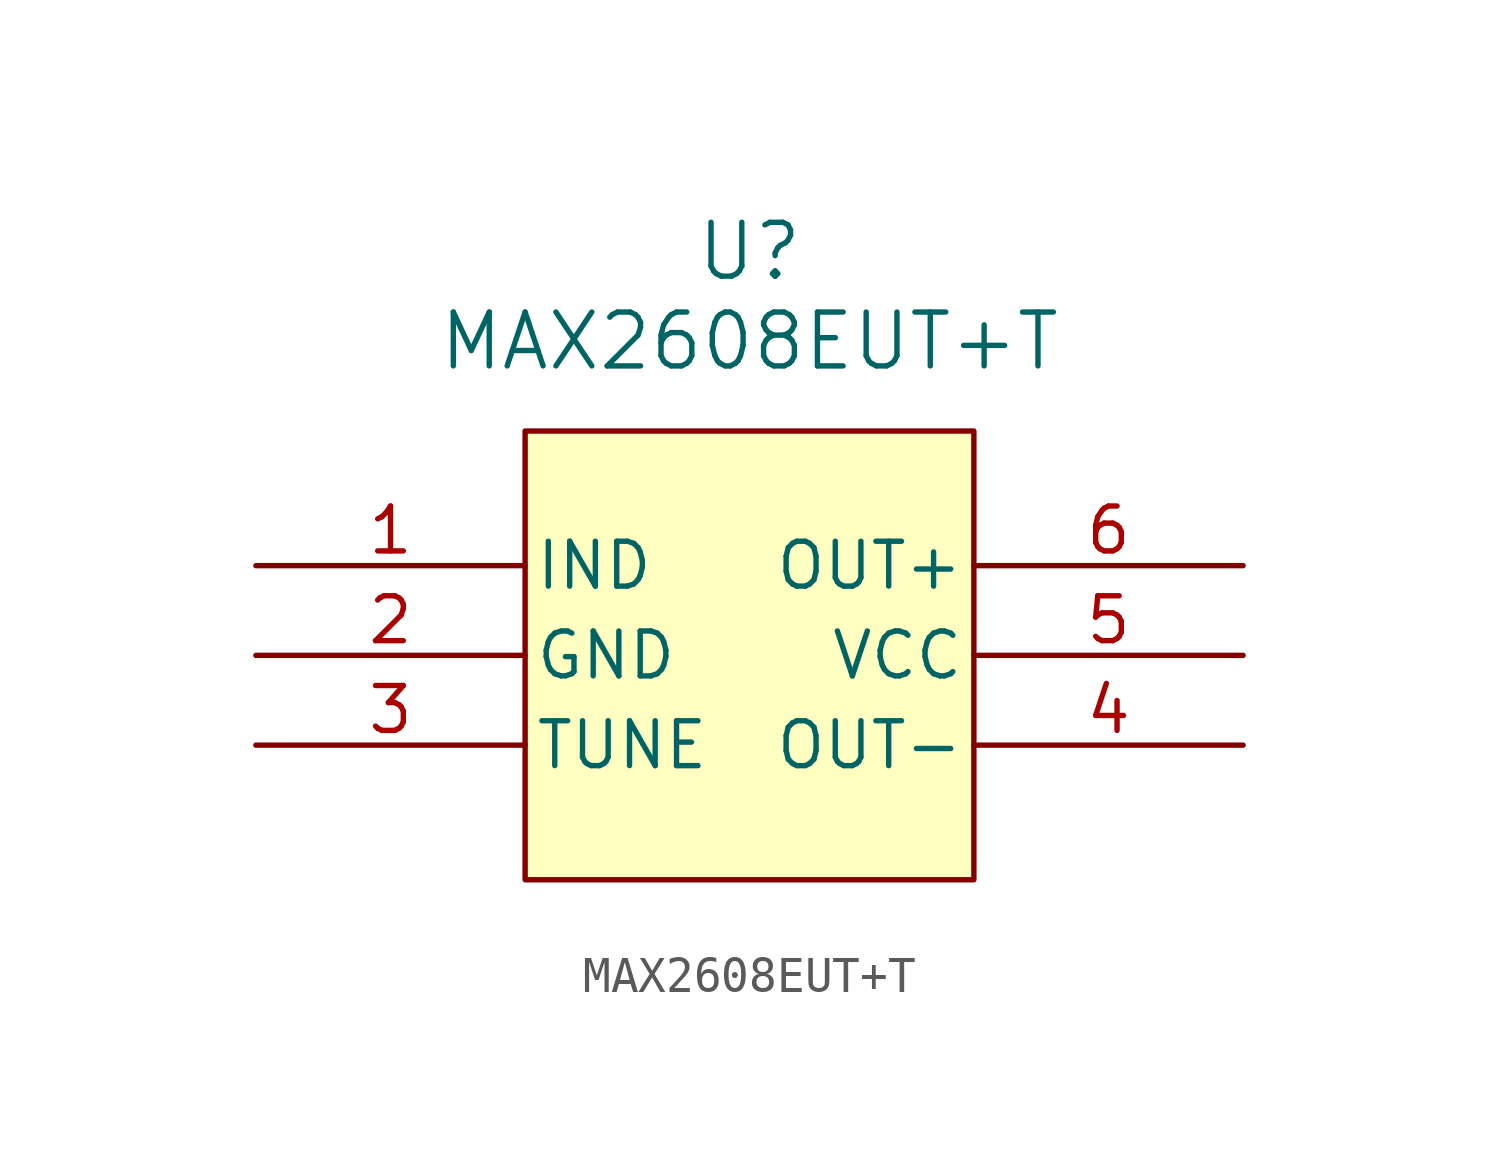
<source format=kicad_sym>
(kicad_symbol_lib
  (version 20220914)
  (generator kicad_symbol_editor)
  (symbol "MAX2608EUT+T"
    (pin_names
      (offset 0.254))
    (property "Reference" "U"
      (at 30.48 10.16 0)
      (effects (font (size 1.524 1.524))))
    (property "Value" "MAX2608EUT+T"
      (at 30.48 7.62 0)
      (effects (font (size 1.524 1.524))))
    (property "ki_locked" ""
      (at 0 0 0)
      (effects (font (size 1.27 1.27))))
    (symbol "MAX2608EUT+T_0_1"
      (pin input line (at 16.51 1.27 0) (length 7.62) (name "IND" (effects (font (size 1.27 1.27)))) (number "1" (effects (font (size 1.27 1.27)))))
      (pin power_in line (at 16.51 -1.27 0) (length 7.62) (name "GND" (effects (font (size 1.27 1.27)))) (number "2" (effects (font (size 1.27 1.27)))))
      (pin power_in line (at 44.45 -1.27 180) (length 7.62) (name "VCC" (effects (font (size 1.27 1.27)))) (number "5" (effects (font (size 1.27 1.27))))))
    (symbol "MAX2608EUT+T_1_1"
      (rectangle (start 24.13 5.08) (end 36.83 -7.62) (stroke (width 0) (type default)) (fill (type background)))
      (pin input line (at 16.51 -3.81 0) (length 7.62) (name "TUNE" (effects (font (size 1.27 1.27)))) (number "3" (effects (font (size 1.27 1.27)))))
      (pin open_collector line (at 44.45 -3.81 180) (length 7.62) (name "OUT-" (effects (font (size 1.27 1.27)))) (number "4" (effects (font (size 1.27 1.27)))))
      (pin open_collector line (at 44.45 1.27 180) (length 7.62) (name "OUT+" (effects (font (size 1.27 1.27)))) (number "6" (effects (font (size 1.27 1.27))))))))
</source>
